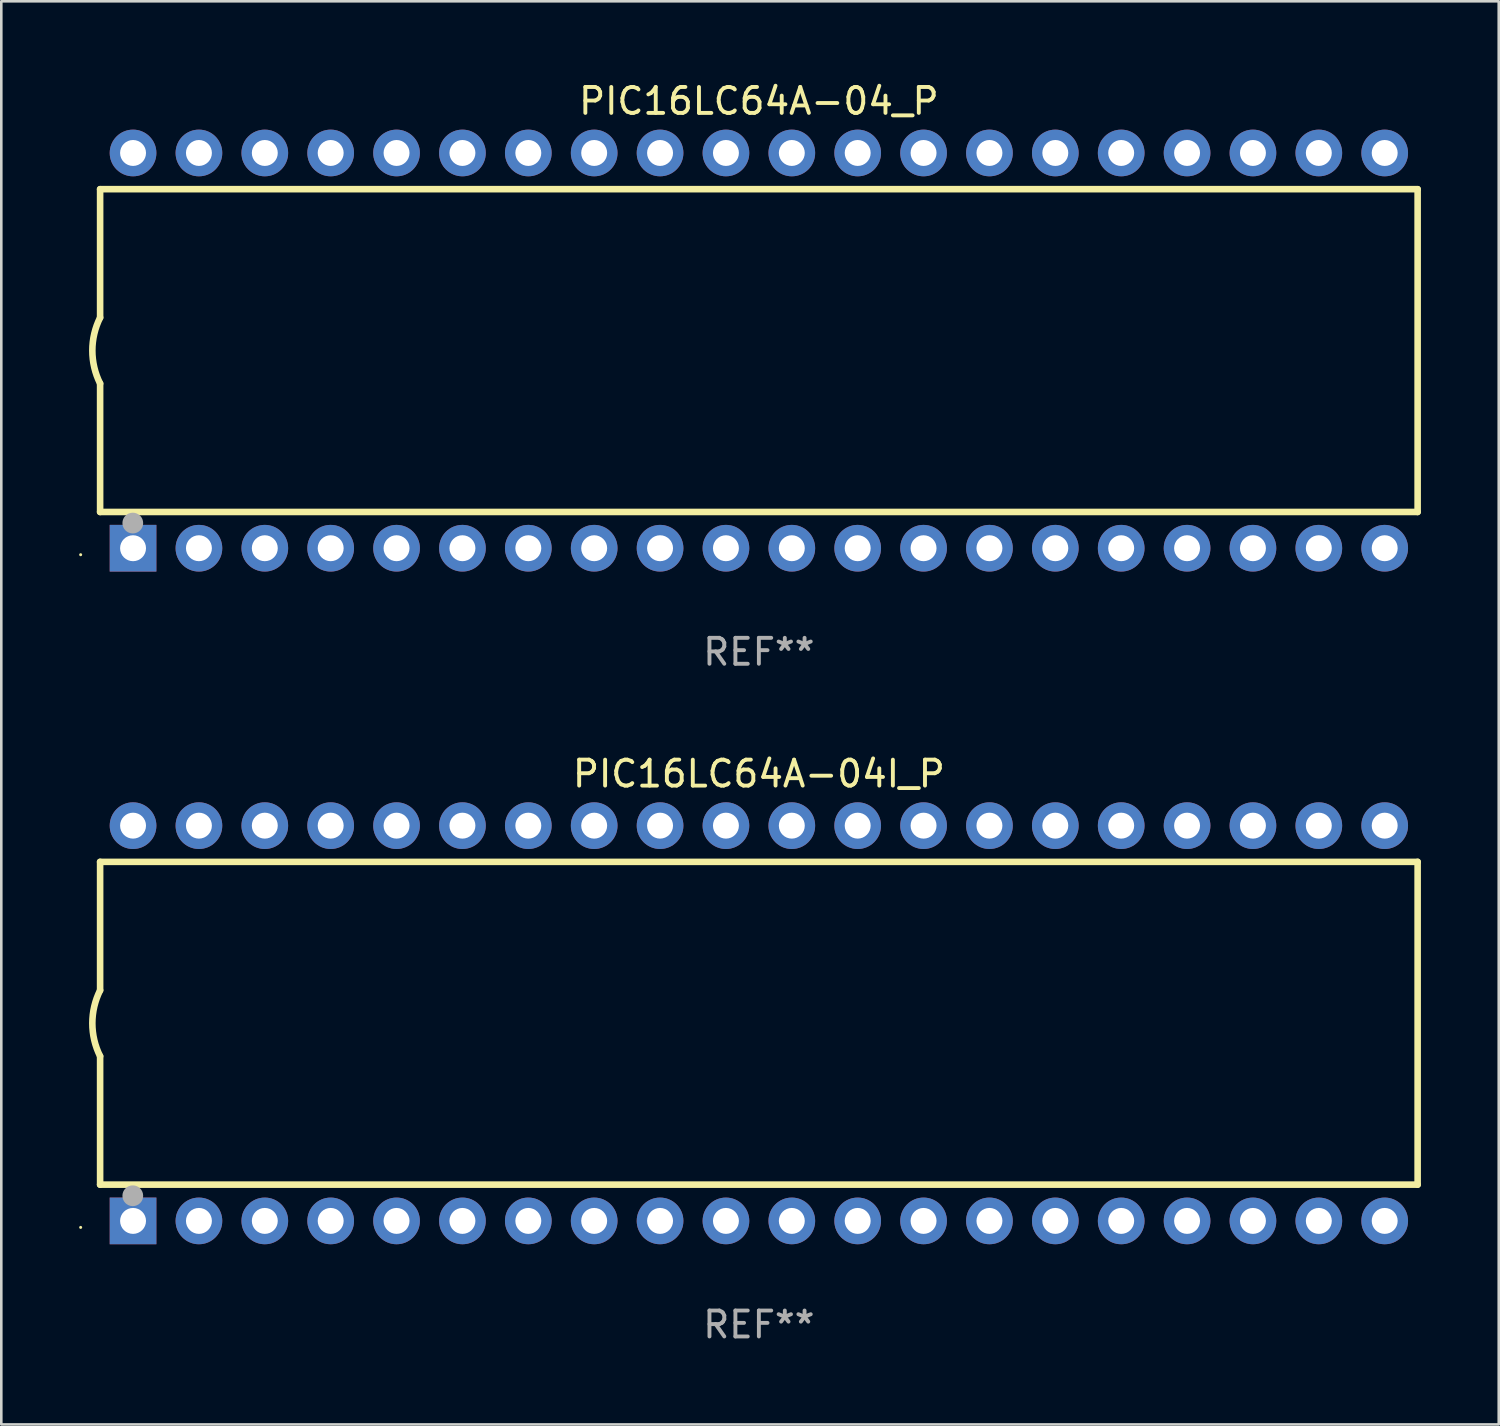
<source format=kicad_pcb>
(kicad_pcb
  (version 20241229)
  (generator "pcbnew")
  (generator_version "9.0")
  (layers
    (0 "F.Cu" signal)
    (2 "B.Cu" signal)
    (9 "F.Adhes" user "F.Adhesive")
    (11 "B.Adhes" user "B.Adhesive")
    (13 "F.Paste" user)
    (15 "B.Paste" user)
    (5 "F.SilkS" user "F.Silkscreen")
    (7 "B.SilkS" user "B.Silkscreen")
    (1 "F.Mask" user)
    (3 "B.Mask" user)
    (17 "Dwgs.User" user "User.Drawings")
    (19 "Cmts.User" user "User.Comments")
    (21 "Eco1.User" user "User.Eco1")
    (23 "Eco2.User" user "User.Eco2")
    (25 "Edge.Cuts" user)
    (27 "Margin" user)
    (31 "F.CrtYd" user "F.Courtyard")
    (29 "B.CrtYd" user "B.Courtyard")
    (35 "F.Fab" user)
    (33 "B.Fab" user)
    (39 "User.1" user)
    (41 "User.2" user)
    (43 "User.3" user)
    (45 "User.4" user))
  (footprint "PIC16LC64A-04_P"
    (layer "F.Cu")
    (at 26.21 10.468)
    (property "Reference" "PIC16LC64A-04_P" (at 0 -9.62 0) (layer "F.SilkS") (effects (font (size 1 1) (thickness 0.15))))
    (attr through_hole)
    (fp_line (start -25.4 -6.224) (end -25.4 -1.271) (stroke (width 0.254) (type solid)) (layer "F.SilkS"))
    (fp_line (start -25.4 -6.224) (end 25.4 -6.224) (stroke (width 0.254) (type solid)) (layer "F.SilkS"))
    (fp_line (start -25.4 1.269) (end -25.4 6.222) (stroke (width 0.254) (type solid)) (layer "F.SilkS"))
    (fp_line (start -25.4 6.222) (end 25.4 6.222) (stroke (width 0.254) (type solid)) (layer "F.SilkS"))
    (fp_line (start 25.4 6.222) (end 25.4 -6.224) (stroke (width 0.254) (type solid)) (layer "F.SilkS"))
    (fp_arc (start -25.4 1.269241) (mid -25.699807 -0.000762) (end -25.4 -1.270765) (stroke (width 0.254001) (type solid)) (layer "F.SilkS"))
    (fp_circle (center -26.15 7.87) (end -26.12 7.87) (stroke (width 0.06) (type solid)) (fill no) (layer "F.SilkS"))
    (fp_circle (center -24.14 6.65) (end -23.94 6.65) (stroke (width 0.4) (type solid)) (fill no) (layer "F.Fab"))
    (fp_text user "REF**" (at 0 11.62 0) (layer "F.Fab") (effects (font (size 1 1) (thickness 0.15))))
    (pad "1" thru_hole rect (at -24.13 7.62 90) (size 1.8 1.8) (drill 1) (layers "*.Cu" "*.Mask"))
    (pad "2" thru_hole circle (at -21.59 7.62) (size 1.8 1.8) (drill 1) (layers "*.Cu" "*.Mask"))
    (pad "3" thru_hole circle (at -19.05 7.62) (size 1.8 1.8) (drill 1) (layers "*.Cu" "*.Mask"))
    (pad "4" thru_hole circle (at -16.51 7.62) (size 1.8 1.8) (drill 1) (layers "*.Cu" "*.Mask"))
    (pad "5" thru_hole circle (at -13.97 7.62) (size 1.8 1.8) (drill 1) (layers "*.Cu" "*.Mask"))
    (pad "6" thru_hole circle (at -11.43 7.62) (size 1.8 1.8) (drill 1) (layers "*.Cu" "*.Mask"))
    (pad "7" thru_hole circle (at -8.89 7.62) (size 1.8 1.8) (drill 1) (layers "*.Cu" "*.Mask"))
    (pad "8" thru_hole circle (at -6.35 7.62) (size 1.8 1.8) (drill 1) (layers "*.Cu" "*.Mask"))
    (pad "9" thru_hole circle (at -3.81 7.62) (size 1.8 1.8) (drill 1) (layers "*.Cu" "*.Mask"))
    (pad "10" thru_hole circle (at -1.27 7.62) (size 1.8 1.8) (drill 1) (layers "*.Cu" "*.Mask"))
    (pad "11" thru_hole circle (at 1.27 7.62) (size 1.8 1.8) (drill 1) (layers "*.Cu" "*.Mask"))
    (pad "12" thru_hole circle (at 3.81 7.62) (size 1.8 1.8) (drill 1) (layers "*.Cu" "*.Mask"))
    (pad "13" thru_hole circle (at 6.35 7.62) (size 1.8 1.8) (drill 1) (layers "*.Cu" "*.Mask"))
    (pad "14" thru_hole circle (at 8.89 7.62) (size 1.8 1.8) (drill 1) (layers "*.Cu" "*.Mask"))
    (pad "15" thru_hole circle (at 11.43 7.62) (size 1.8 1.8) (drill 1) (layers "*.Cu" "*.Mask"))
    (pad "16" thru_hole circle (at 13.97 7.62) (size 1.8 1.8) (drill 1) (layers "*.Cu" "*.Mask"))
    (pad "17" thru_hole circle (at 16.51 7.62) (size 1.8 1.8) (drill 1) (layers "*.Cu" "*.Mask"))
    (pad "18" thru_hole circle (at 19.05 7.62) (size 1.8 1.8) (drill 1) (layers "*.Cu" "*.Mask"))
    (pad "19" thru_hole circle (at 21.59 7.62) (size 1.8 1.8) (drill 1) (layers "*.Cu" "*.Mask"))
    (pad "20" thru_hole circle (at 24.13 7.62) (size 1.8 1.8) (drill 1) (layers "*.Cu" "*.Mask"))
    (pad "21" thru_hole circle (at 24.13 -7.62) (size 1.8 1.8) (drill 1) (layers "*.Cu" "*.Mask"))
    (pad "22" thru_hole circle (at 21.59 -7.62) (size 1.8 1.8) (drill 1) (layers "*.Cu" "*.Mask"))
    (pad "23" thru_hole circle (at 19.05 -7.62) (size 1.8 1.8) (drill 1) (layers "*.Cu" "*.Mask"))
    (pad "24" thru_hole circle (at 16.51 -7.62) (size 1.8 1.8) (drill 1) (layers "*.Cu" "*.Mask"))
    (pad "25" thru_hole circle (at 13.97 -7.62) (size 1.8 1.8) (drill 1) (layers "*.Cu" "*.Mask"))
    (pad "26" thru_hole circle (at 11.43 -7.62) (size 1.8 1.8) (drill 1) (layers "*.Cu" "*.Mask"))
    (pad "27" thru_hole circle (at 8.89 -7.62) (size 1.8 1.8) (drill 1) (layers "*.Cu" "*.Mask"))
    (pad "28" thru_hole circle (at 6.35 -7.62) (size 1.8 1.8) (drill 1) (layers "*.Cu" "*.Mask"))
    (pad "29" thru_hole circle (at 3.81 -7.62) (size 1.8 1.8) (drill 1) (layers "*.Cu" "*.Mask"))
    (pad "30" thru_hole circle (at 1.27 -7.62) (size 1.8 1.8) (drill 1) (layers "*.Cu" "*.Mask"))
    (pad "31" thru_hole circle (at -1.27 -7.62) (size 1.8 1.8) (drill 1) (layers "*.Cu" "*.Mask"))
    (pad "32" thru_hole circle (at -3.81 -7.62) (size 1.8 1.8) (drill 1) (layers "*.Cu" "*.Mask"))
    (pad "33" thru_hole circle (at -6.35 -7.62) (size 1.8 1.8) (drill 1) (layers "*.Cu" "*.Mask"))
    (pad "34" thru_hole circle (at -8.89 -7.62) (size 1.8 1.8) (drill 1) (layers "*.Cu" "*.Mask"))
    (pad "35" thru_hole circle (at -11.43 -7.62) (size 1.8 1.8) (drill 1) (layers "*.Cu" "*.Mask"))
    (pad "36" thru_hole circle (at -13.97 -7.62) (size 1.8 1.8) (drill 1) (layers "*.Cu" "*.Mask"))
    (pad "37" thru_hole circle (at -16.51 -7.62) (size 1.8 1.8) (drill 1) (layers "*.Cu" "*.Mask"))
    (pad "38" thru_hole circle (at -19.05 -7.62) (size 1.8 1.8) (drill 1) (layers "*.Cu" "*.Mask"))
    (pad "39" thru_hole circle (at -21.59 -7.62) (size 1.8 1.8) (drill 1) (layers "*.Cu" "*.Mask"))
    (pad "40" thru_hole circle (at -24.13 -7.62) (size 1.8 1.8) (drill 1) (layers "*.Cu" "*.Mask")))
  (footprint "PIC16LC64A-04I_P"
    (layer "F.Cu")
    (at 26.21 36.405)
    (property "Reference" "PIC16LC64A-04I_P" (at 0 -9.62 0) (layer "F.SilkS") (effects (font (size 1 1) (thickness 0.15))))
    (attr through_hole)
    (fp_line (start -25.4 -6.224) (end -25.4 -1.271) (stroke (width 0.254) (type solid)) (layer "F.SilkS"))
    (fp_line (start -25.4 -6.224) (end 25.4 -6.224) (stroke (width 0.254) (type solid)) (layer "F.SilkS"))
    (fp_line (start -25.4 1.269) (end -25.4 6.222) (stroke (width 0.254) (type solid)) (layer "F.SilkS"))
    (fp_line (start -25.4 6.222) (end 25.4 6.222) (stroke (width 0.254) (type solid)) (layer "F.SilkS"))
    (fp_line (start 25.4 6.222) (end 25.4 -6.224) (stroke (width 0.254) (type solid)) (layer "F.SilkS"))
    (fp_arc (start -25.4 1.269241) (mid -25.699807 -0.000762) (end -25.4 -1.270765) (stroke (width 0.254001) (type solid)) (layer "F.SilkS"))
    (fp_circle (center -26.15 7.87) (end -26.12 7.87) (stroke (width 0.06) (type solid)) (fill no) (layer "F.SilkS"))
    (fp_circle (center -24.14 6.65) (end -23.94 6.65) (stroke (width 0.4) (type solid)) (fill no) (layer "F.Fab"))
    (fp_text user "REF**" (at 0 11.62 0) (layer "F.Fab") (effects (font (size 1 1) (thickness 0.15))))
    (pad "1" thru_hole rect (at -24.13 7.62 90) (size 1.8 1.8) (drill 1) (layers "*.Cu" "*.Mask"))
    (pad "2" thru_hole circle (at -21.59 7.62) (size 1.8 1.8) (drill 1) (layers "*.Cu" "*.Mask"))
    (pad "3" thru_hole circle (at -19.05 7.62) (size 1.8 1.8) (drill 1) (layers "*.Cu" "*.Mask"))
    (pad "4" thru_hole circle (at -16.51 7.62) (size 1.8 1.8) (drill 1) (layers "*.Cu" "*.Mask"))
    (pad "5" thru_hole circle (at -13.97 7.62) (size 1.8 1.8) (drill 1) (layers "*.Cu" "*.Mask"))
    (pad "6" thru_hole circle (at -11.43 7.62) (size 1.8 1.8) (drill 1) (layers "*.Cu" "*.Mask"))
    (pad "7" thru_hole circle (at -8.89 7.62) (size 1.8 1.8) (drill 1) (layers "*.Cu" "*.Mask"))
    (pad "8" thru_hole circle (at -6.35 7.62) (size 1.8 1.8) (drill 1) (layers "*.Cu" "*.Mask"))
    (pad "9" thru_hole circle (at -3.81 7.62) (size 1.8 1.8) (drill 1) (layers "*.Cu" "*.Mask"))
    (pad "10" thru_hole circle (at -1.27 7.62) (size 1.8 1.8) (drill 1) (layers "*.Cu" "*.Mask"))
    (pad "11" thru_hole circle (at 1.27 7.62) (size 1.8 1.8) (drill 1) (layers "*.Cu" "*.Mask"))
    (pad "12" thru_hole circle (at 3.81 7.62) (size 1.8 1.8) (drill 1) (layers "*.Cu" "*.Mask"))
    (pad "13" thru_hole circle (at 6.35 7.62) (size 1.8 1.8) (drill 1) (layers "*.Cu" "*.Mask"))
    (pad "14" thru_hole circle (at 8.89 7.62) (size 1.8 1.8) (drill 1) (layers "*.Cu" "*.Mask"))
    (pad "15" thru_hole circle (at 11.43 7.62) (size 1.8 1.8) (drill 1) (layers "*.Cu" "*.Mask"))
    (pad "16" thru_hole circle (at 13.97 7.62) (size 1.8 1.8) (drill 1) (layers "*.Cu" "*.Mask"))
    (pad "17" thru_hole circle (at 16.51 7.62) (size 1.8 1.8) (drill 1) (layers "*.Cu" "*.Mask"))
    (pad "18" thru_hole circle (at 19.05 7.62) (size 1.8 1.8) (drill 1) (layers "*.Cu" "*.Mask"))
    (pad "19" thru_hole circle (at 21.59 7.62) (size 1.8 1.8) (drill 1) (layers "*.Cu" "*.Mask"))
    (pad "20" thru_hole circle (at 24.13 7.62) (size 1.8 1.8) (drill 1) (layers "*.Cu" "*.Mask"))
    (pad "21" thru_hole circle (at 24.13 -7.62) (size 1.8 1.8) (drill 1) (layers "*.Cu" "*.Mask"))
    (pad "22" thru_hole circle (at 21.59 -7.62) (size 1.8 1.8) (drill 1) (layers "*.Cu" "*.Mask"))
    (pad "23" thru_hole circle (at 19.05 -7.62) (size 1.8 1.8) (drill 1) (layers "*.Cu" "*.Mask"))
    (pad "24" thru_hole circle (at 16.51 -7.62) (size 1.8 1.8) (drill 1) (layers "*.Cu" "*.Mask"))
    (pad "25" thru_hole circle (at 13.97 -7.62) (size 1.8 1.8) (drill 1) (layers "*.Cu" "*.Mask"))
    (pad "26" thru_hole circle (at 11.43 -7.62) (size 1.8 1.8) (drill 1) (layers "*.Cu" "*.Mask"))
    (pad "27" thru_hole circle (at 8.89 -7.62) (size 1.8 1.8) (drill 1) (layers "*.Cu" "*.Mask"))
    (pad "28" thru_hole circle (at 6.35 -7.62) (size 1.8 1.8) (drill 1) (layers "*.Cu" "*.Mask"))
    (pad "29" thru_hole circle (at 3.81 -7.62) (size 1.8 1.8) (drill 1) (layers "*.Cu" "*.Mask"))
    (pad "30" thru_hole circle (at 1.27 -7.62) (size 1.8 1.8) (drill 1) (layers "*.Cu" "*.Mask"))
    (pad "31" thru_hole circle (at -1.27 -7.62) (size 1.8 1.8) (drill 1) (layers "*.Cu" "*.Mask"))
    (pad "32" thru_hole circle (at -3.81 -7.62) (size 1.8 1.8) (drill 1) (layers "*.Cu" "*.Mask"))
    (pad "33" thru_hole circle (at -6.35 -7.62) (size 1.8 1.8) (drill 1) (layers "*.Cu" "*.Mask"))
    (pad "34" thru_hole circle (at -8.89 -7.62) (size 1.8 1.8) (drill 1) (layers "*.Cu" "*.Mask"))
    (pad "35" thru_hole circle (at -11.43 -7.62) (size 1.8 1.8) (drill 1) (layers "*.Cu" "*.Mask"))
    (pad "36" thru_hole circle (at -13.97 -7.62) (size 1.8 1.8) (drill 1) (layers "*.Cu" "*.Mask"))
    (pad "37" thru_hole circle (at -16.51 -7.62) (size 1.8 1.8) (drill 1) (layers "*.Cu" "*.Mask"))
    (pad "38" thru_hole circle (at -19.05 -7.62) (size 1.8 1.8) (drill 1) (layers "*.Cu" "*.Mask"))
    (pad "39" thru_hole circle (at -21.59 -7.62) (size 1.8 1.8) (drill 1) (layers "*.Cu" "*.Mask"))
    (pad "40" thru_hole circle (at -24.13 -7.62) (size 1.8 1.8) (drill 1) (layers "*.Cu" "*.Mask")))
  (gr_rect
    (start -3 -3)
    (end 54.737 51.873)
    (stroke (width 0.1) (type default))
    (fill no)
    (layer "Edge.Cuts")))
</source>
